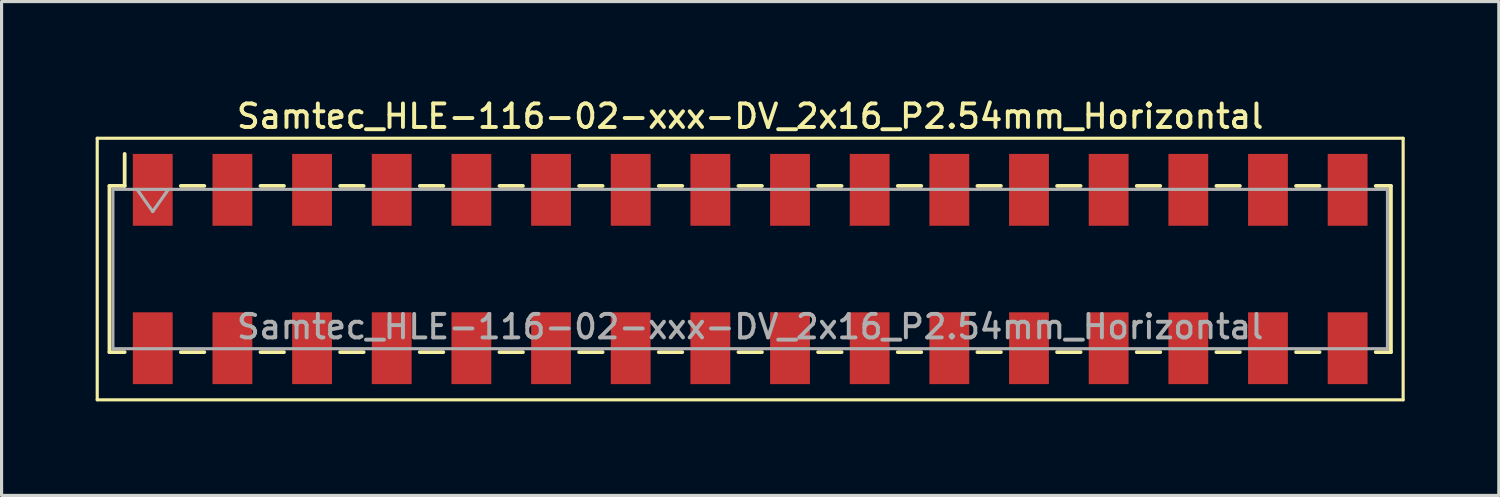
<source format=kicad_pcb>
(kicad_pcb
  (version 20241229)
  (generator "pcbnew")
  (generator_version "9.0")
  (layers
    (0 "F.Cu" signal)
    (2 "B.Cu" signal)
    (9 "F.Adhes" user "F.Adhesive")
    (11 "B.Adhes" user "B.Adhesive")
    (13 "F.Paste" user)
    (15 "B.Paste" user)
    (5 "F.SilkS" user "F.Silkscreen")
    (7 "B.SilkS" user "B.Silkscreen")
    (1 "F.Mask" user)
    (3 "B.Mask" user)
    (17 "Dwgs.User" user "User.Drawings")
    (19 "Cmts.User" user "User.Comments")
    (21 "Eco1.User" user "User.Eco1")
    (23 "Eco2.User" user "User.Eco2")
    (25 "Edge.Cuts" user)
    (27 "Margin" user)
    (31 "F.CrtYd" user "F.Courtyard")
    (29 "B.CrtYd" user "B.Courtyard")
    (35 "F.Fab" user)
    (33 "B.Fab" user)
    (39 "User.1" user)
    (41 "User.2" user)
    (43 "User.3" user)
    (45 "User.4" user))
  (footprint "Samtec_HLE-116-02-xxx-DV_2x16_P2.54mm_Horizontal"
    (layer "F.Cu")
    (at 20.87 5.528)
    (property "Reference" "Samtec_HLE-116-02-xxx-DV_2x16_P2.54mm_Horizontal" (at 0 -4.87 0) (layer "F.SilkS") (effects (font (size 0.75 0.75) (thickness 0.125))))
    (attr smd)
    (fp_line (start -20.82 -4.17) (end 20.82 -4.17) (stroke (width 0.1) (type solid)) (layer "F.SilkS"))
    (fp_line (start -20.82 4.17) (end -20.82 -4.17) (stroke (width 0.1) (type solid)) (layer "F.SilkS"))
    (fp_line (start -20.43 -2.65) (end -20.43 2.65) (stroke (width 0.12) (type solid)) (layer "F.SilkS"))
    (fp_line (start -20.43 2.65) (end -19.945 2.65) (stroke (width 0.12) (type solid)) (layer "F.SilkS"))
    (fp_line (start -19.945 -3.67) (end -19.945 -2.65) (stroke (width 0.12) (type solid)) (layer "F.SilkS"))
    (fp_line (start -19.945 -2.65) (end -20.43 -2.65) (stroke (width 0.12) (type solid)) (layer "F.SilkS"))
    (fp_line (start -18.155 -2.65) (end -17.405 -2.65) (stroke (width 0.12) (type solid)) (layer "F.SilkS"))
    (fp_line (start -18.155 2.65) (end -17.405 2.65) (stroke (width 0.12) (type solid)) (layer "F.SilkS"))
    (fp_line (start -15.615 -2.65) (end -14.865 -2.65) (stroke (width 0.12) (type solid)) (layer "F.SilkS"))
    (fp_line (start -15.615 2.65) (end -14.865 2.65) (stroke (width 0.12) (type solid)) (layer "F.SilkS"))
    (fp_line (start -13.075 -2.65) (end -12.325 -2.65) (stroke (width 0.12) (type solid)) (layer "F.SilkS"))
    (fp_line (start -13.075 2.65) (end -12.325 2.65) (stroke (width 0.12) (type solid)) (layer "F.SilkS"))
    (fp_line (start -10.535 -2.65) (end -9.785 -2.65) (stroke (width 0.12) (type solid)) (layer "F.SilkS"))
    (fp_line (start -10.535 2.65) (end -9.785 2.65) (stroke (width 0.12) (type solid)) (layer "F.SilkS"))
    (fp_line (start -7.995 -2.65) (end -7.245 -2.65) (stroke (width 0.12) (type solid)) (layer "F.SilkS"))
    (fp_line (start -7.995 2.65) (end -7.245 2.65) (stroke (width 0.12) (type solid)) (layer "F.SilkS"))
    (fp_line (start -5.455 -2.65) (end -4.705 -2.65) (stroke (width 0.12) (type solid)) (layer "F.SilkS"))
    (fp_line (start -5.455 2.65) (end -4.705 2.65) (stroke (width 0.12) (type solid)) (layer "F.SilkS"))
    (fp_line (start -2.915 -2.65) (end -2.165 -2.65) (stroke (width 0.12) (type solid)) (layer "F.SilkS"))
    (fp_line (start -2.915 2.65) (end -2.165 2.65) (stroke (width 0.12) (type solid)) (layer "F.SilkS"))
    (fp_line (start -0.375 -2.65) (end 0.375 -2.65) (stroke (width 0.12) (type solid)) (layer "F.SilkS"))
    (fp_line (start -0.375 2.65) (end 0.375 2.65) (stroke (width 0.12) (type solid)) (layer "F.SilkS"))
    (fp_line (start 2.165 -2.65) (end 2.915 -2.65) (stroke (width 0.12) (type solid)) (layer "F.SilkS"))
    (fp_line (start 2.165 2.65) (end 2.915 2.65) (stroke (width 0.12) (type solid)) (layer "F.SilkS"))
    (fp_line (start 4.705 -2.65) (end 5.455 -2.65) (stroke (width 0.12) (type solid)) (layer "F.SilkS"))
    (fp_line (start 4.705 2.65) (end 5.455 2.65) (stroke (width 0.12) (type solid)) (layer "F.SilkS"))
    (fp_line (start 7.245 -2.65) (end 7.995 -2.65) (stroke (width 0.12) (type solid)) (layer "F.SilkS"))
    (fp_line (start 7.245 2.65) (end 7.995 2.65) (stroke (width 0.12) (type solid)) (layer "F.SilkS"))
    (fp_line (start 9.785 -2.65) (end 10.535 -2.65) (stroke (width 0.12) (type solid)) (layer "F.SilkS"))
    (fp_line (start 9.785 2.65) (end 10.535 2.65) (stroke (width 0.12) (type solid)) (layer "F.SilkS"))
    (fp_line (start 12.325 -2.65) (end 13.075 -2.65) (stroke (width 0.12) (type solid)) (layer "F.SilkS"))
    (fp_line (start 12.325 2.65) (end 13.075 2.65) (stroke (width 0.12) (type solid)) (layer "F.SilkS"))
    (fp_line (start 14.865 -2.65) (end 15.615 -2.65) (stroke (width 0.12) (type solid)) (layer "F.SilkS"))
    (fp_line (start 14.865 2.65) (end 15.615 2.65) (stroke (width 0.12) (type solid)) (layer "F.SilkS"))
    (fp_line (start 17.405 -2.65) (end 18.155 -2.65) (stroke (width 0.12) (type solid)) (layer "F.SilkS"))
    (fp_line (start 17.405 2.65) (end 18.155 2.65) (stroke (width 0.12) (type solid)) (layer "F.SilkS"))
    (fp_line (start 19.945 -2.65) (end 20.43 -2.65) (stroke (width 0.12) (type solid)) (layer "F.SilkS"))
    (fp_line (start 20.43 -2.65) (end 20.43 2.65) (stroke (width 0.12) (type solid)) (layer "F.SilkS"))
    (fp_line (start 20.43 2.65) (end 19.945 2.65) (stroke (width 0.12) (type solid)) (layer "F.SilkS"))
    (fp_line (start 20.82 -4.17) (end 20.82 4.17) (stroke (width 0.1) (type solid)) (layer "F.SilkS"))
    (fp_line (start 20.82 4.17) (end -20.82 4.17) (stroke (width 0.1) (type solid)) (layer "F.SilkS"))
    (fp_line (start -20.32 -2.54) (end 20.32 -2.54) (stroke (width 0.1) (type solid)) (layer "F.Fab"))
    (fp_line (start -20.32 2.54) (end -20.32 -2.54) (stroke (width 0.1) (type solid)) (layer "F.Fab"))
    (fp_line (start -19.55 -2.54) (end -19.05 -1.833) (stroke (width 0.1) (type solid)) (layer "F.Fab"))
    (fp_line (start -19.05 -1.833) (end -18.55 -2.54) (stroke (width 0.1) (type solid)) (layer "F.Fab"))
    (fp_line (start 20.32 -2.54) (end 20.32 2.54) (stroke (width 0.1) (type solid)) (layer "F.Fab"))
    (fp_line (start 20.32 2.54) (end -20.32 2.54) (stroke (width 0.1) (type solid)) (layer "F.Fab"))
    (fp_text user "${REFERENCE}" (at 0 1.84 0) (layer "F.Fab") (effects (font (size 0.75 0.75) (thickness 0.125))))
    (pad "1" smd rect (at -19.05 -2.525) (size 1.27 2.29) (layers "F.Cu" "F.Mask" "F.Paste"))
    (pad "2" smd rect (at -19.05 2.525) (size 1.27 2.29) (layers "F.Cu" "F.Mask" "F.Paste"))
    (pad "3" smd rect (at -16.51 -2.525) (size 1.27 2.29) (layers "F.Cu" "F.Mask" "F.Paste"))
    (pad "4" smd rect (at -16.51 2.525) (size 1.27 2.29) (layers "F.Cu" "F.Mask" "F.Paste"))
    (pad "5" smd rect (at -13.97 -2.525) (size 1.27 2.29) (layers "F.Cu" "F.Mask" "F.Paste"))
    (pad "6" smd rect (at -13.97 2.525) (size 1.27 2.29) (layers "F.Cu" "F.Mask" "F.Paste"))
    (pad "7" smd rect (at -11.43 -2.525) (size 1.27 2.29) (layers "F.Cu" "F.Mask" "F.Paste"))
    (pad "8" smd rect (at -11.43 2.525) (size 1.27 2.29) (layers "F.Cu" "F.Mask" "F.Paste"))
    (pad "9" smd rect (at -8.89 -2.525) (size 1.27 2.29) (layers "F.Cu" "F.Mask" "F.Paste"))
    (pad "10" smd rect (at -8.89 2.525) (size 1.27 2.29) (layers "F.Cu" "F.Mask" "F.Paste"))
    (pad "11" smd rect (at -6.35 -2.525) (size 1.27 2.29) (layers "F.Cu" "F.Mask" "F.Paste"))
    (pad "12" smd rect (at -6.35 2.525) (size 1.27 2.29) (layers "F.Cu" "F.Mask" "F.Paste"))
    (pad "13" smd rect (at -3.81 -2.525) (size 1.27 2.29) (layers "F.Cu" "F.Mask" "F.Paste"))
    (pad "14" smd rect (at -3.81 2.525) (size 1.27 2.29) (layers "F.Cu" "F.Mask" "F.Paste"))
    (pad "15" smd rect (at -1.27 -2.525) (size 1.27 2.29) (layers "F.Cu" "F.Mask" "F.Paste"))
    (pad "16" smd rect (at -1.27 2.525) (size 1.27 2.29) (layers "F.Cu" "F.Mask" "F.Paste"))
    (pad "17" smd rect (at 1.27 -2.525) (size 1.27 2.29) (layers "F.Cu" "F.Mask" "F.Paste"))
    (pad "18" smd rect (at 1.27 2.525) (size 1.27 2.29) (layers "F.Cu" "F.Mask" "F.Paste"))
    (pad "19" smd rect (at 3.81 -2.525) (size 1.27 2.29) (layers "F.Cu" "F.Mask" "F.Paste"))
    (pad "20" smd rect (at 3.81 2.525) (size 1.27 2.29) (layers "F.Cu" "F.Mask" "F.Paste"))
    (pad "21" smd rect (at 6.35 -2.525) (size 1.27 2.29) (layers "F.Cu" "F.Mask" "F.Paste"))
    (pad "22" smd rect (at 6.35 2.525) (size 1.27 2.29) (layers "F.Cu" "F.Mask" "F.Paste"))
    (pad "23" smd rect (at 8.89 -2.525) (size 1.27 2.29) (layers "F.Cu" "F.Mask" "F.Paste"))
    (pad "24" smd rect (at 8.89 2.525) (size 1.27 2.29) (layers "F.Cu" "F.Mask" "F.Paste"))
    (pad "25" smd rect (at 11.43 -2.525) (size 1.27 2.29) (layers "F.Cu" "F.Mask" "F.Paste"))
    (pad "26" smd rect (at 11.43 2.525) (size 1.27 2.29) (layers "F.Cu" "F.Mask" "F.Paste"))
    (pad "27" smd rect (at 13.97 -2.525) (size 1.27 2.29) (layers "F.Cu" "F.Mask" "F.Paste"))
    (pad "28" smd rect (at 13.97 2.525) (size 1.27 2.29) (layers "F.Cu" "F.Mask" "F.Paste"))
    (pad "29" smd rect (at 16.51 -2.525) (size 1.27 2.29) (layers "F.Cu" "F.Mask" "F.Paste"))
    (pad "30" smd rect (at 16.51 2.525) (size 1.27 2.29) (layers "F.Cu" "F.Mask" "F.Paste"))
    (pad "31" smd rect (at 19.05 -2.525) (size 1.27 2.29) (layers "F.Cu" "F.Mask" "F.Paste"))
    (pad "32" smd rect (at 19.05 2.525) (size 1.27 2.29) (layers "F.Cu" "F.Mask" "F.Paste")))
  (gr_rect
    (start -3 -3)
    (end 44.74 12.748)
    (stroke (width 0.1) (type default))
    (fill no)
    (layer "Edge.Cuts")))
</source>
